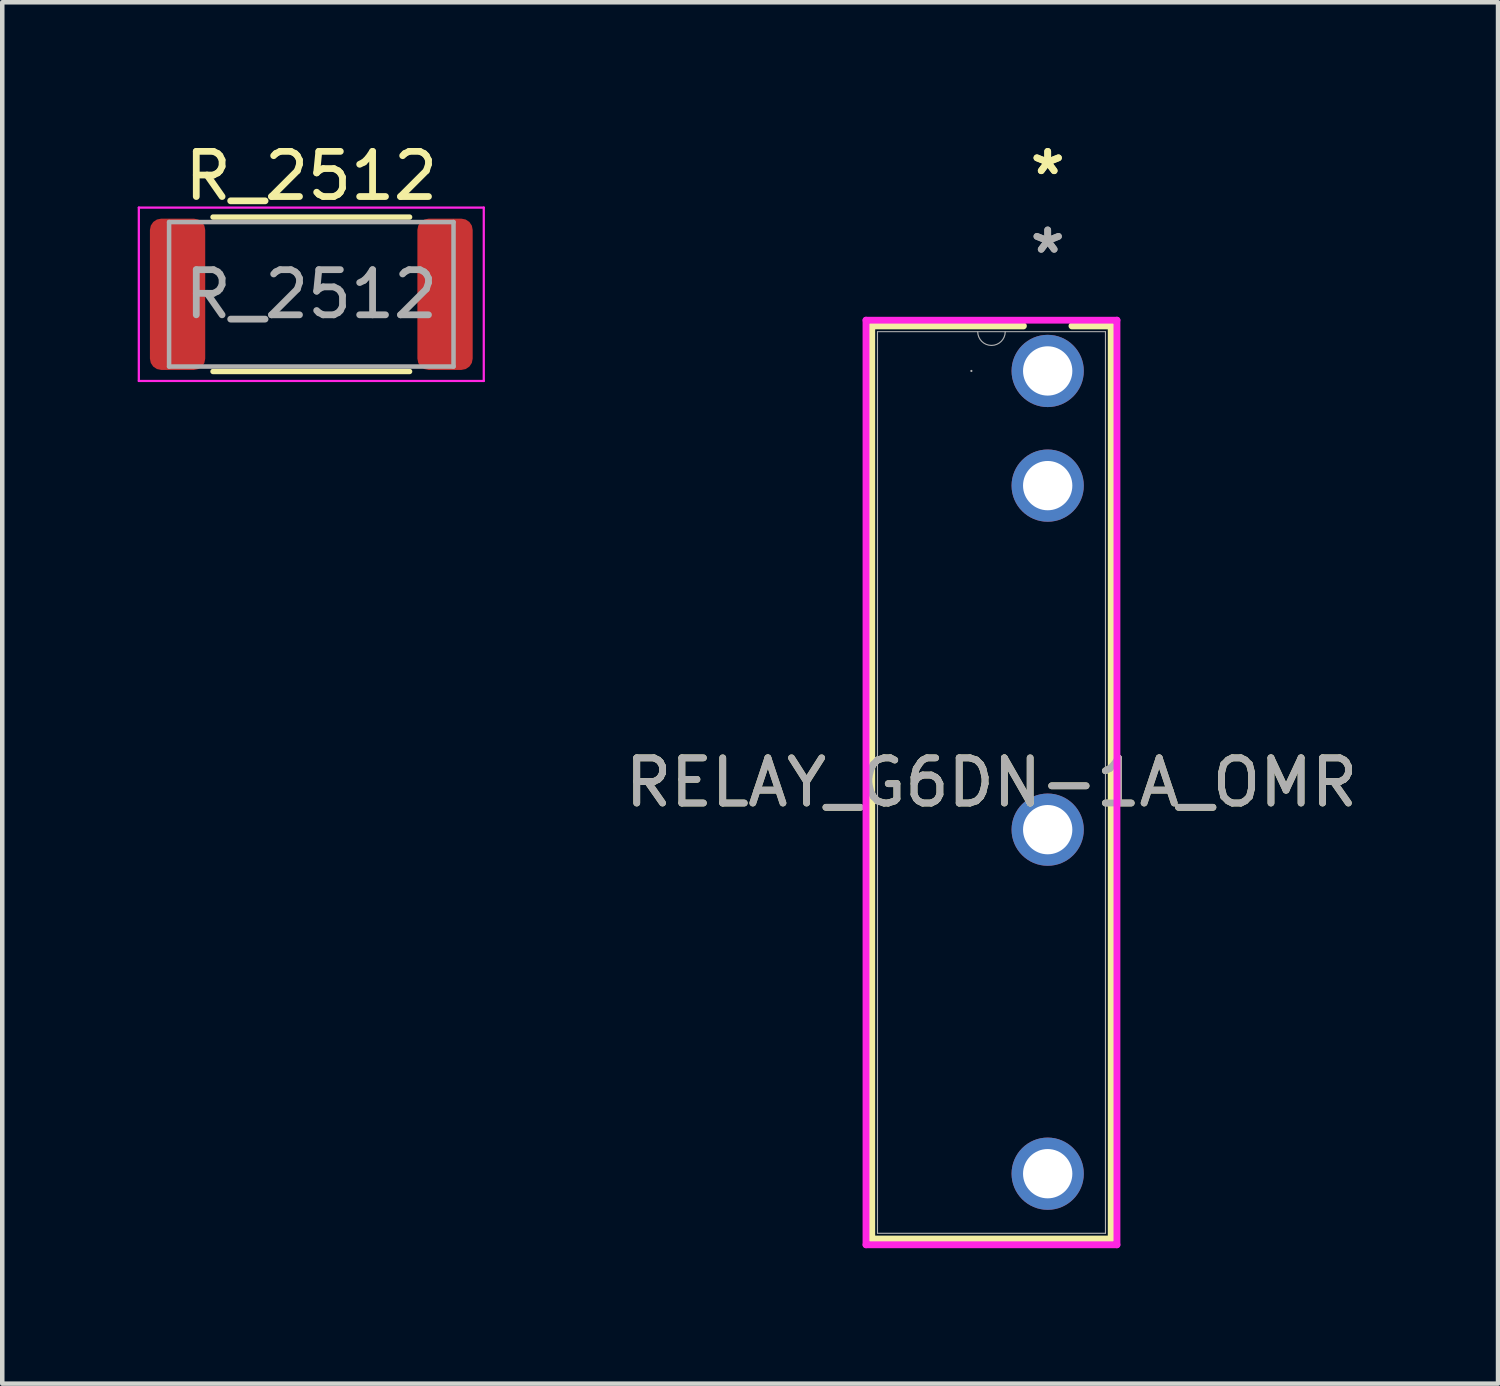
<source format=kicad_pcb>
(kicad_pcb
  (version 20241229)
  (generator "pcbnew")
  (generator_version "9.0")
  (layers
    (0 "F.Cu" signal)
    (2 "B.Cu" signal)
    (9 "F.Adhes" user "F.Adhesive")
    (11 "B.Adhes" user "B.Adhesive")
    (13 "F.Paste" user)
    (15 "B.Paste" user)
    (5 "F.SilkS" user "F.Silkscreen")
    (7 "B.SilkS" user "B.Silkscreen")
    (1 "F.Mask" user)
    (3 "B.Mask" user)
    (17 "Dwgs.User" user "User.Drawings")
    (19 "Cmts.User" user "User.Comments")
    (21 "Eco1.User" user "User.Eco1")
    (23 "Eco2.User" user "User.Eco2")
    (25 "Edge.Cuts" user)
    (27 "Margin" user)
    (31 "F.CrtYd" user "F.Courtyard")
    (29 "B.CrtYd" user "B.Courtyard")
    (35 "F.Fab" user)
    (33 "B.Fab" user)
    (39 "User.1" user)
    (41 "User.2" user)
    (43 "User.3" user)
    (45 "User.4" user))
  (footprint "R_2512"
    (layer "F.Cu")
    (at 3.845 3.468)
    (property "Reference" "R_2512" (at 0 -2.62 0) (layer "F.SilkS") (effects (font (size 1 1) (thickness 0.15))))
    (attr smd)
    (fp_line (start -2.177 -1.71) (end 2.177 -1.71) (stroke (width 0.12) (type solid)) (layer "F.SilkS"))
    (fp_line (start -2.177 1.71) (end 2.177 1.71) (stroke (width 0.12) (type solid)) (layer "F.SilkS"))
    (fp_line (start -3.82 -1.92) (end 3.82 -1.92) (stroke (width 0.05) (type solid)) (layer "F.CrtYd"))
    (fp_line (start -3.82 1.92) (end -3.82 -1.92) (stroke (width 0.05) (type solid)) (layer "F.CrtYd"))
    (fp_line (start 3.82 -1.92) (end 3.82 1.92) (stroke (width 0.05) (type solid)) (layer "F.CrtYd"))
    (fp_line (start 3.82 1.92) (end -3.82 1.92) (stroke (width 0.05) (type solid)) (layer "F.CrtYd"))
    (fp_line (start -3.15 -1.6) (end 3.15 -1.6) (stroke (width 0.1) (type solid)) (layer "F.Fab"))
    (fp_line (start -3.15 1.6) (end -3.15 -1.6) (stroke (width 0.1) (type solid)) (layer "F.Fab"))
    (fp_line (start 3.15 -1.6) (end 3.15 1.6) (stroke (width 0.1) (type solid)) (layer "F.Fab"))
    (fp_line (start 3.15 1.6) (end -3.15 1.6) (stroke (width 0.1) (type solid)) (layer "F.Fab"))
    (fp_text user "${REFERENCE}" (at 0 0 0) (layer "F.Fab") (effects (font (size 1 1) (thickness 0.15))))
    (pad "1" smd roundrect (at -2.962 0) (size 1.225 3.35) (layers "F.Cu" "F.Mask" "F.Paste") (roundrect_rratio 0.204))
    (pad "2" smd roundrect (at 2.962 0) (size 1.225 3.35) (layers "F.Cu" "F.Mask" "F.Paste") (roundrect_rratio 0.204)))
  (footprint "RELAY_G6DN-1A_OMR"
    (layer "F.Cu")
    (at 20.155 5.166)
    (property "Reference" "RELAY_G6DN-1A_OMR" (at -1.245 9.115 0) (unlocked yes) (layer "F.SilkS") (effects (font (size 1 1) (thickness 0.15))))
    (attr through_hole)
    (fp_line (start -3.897 -0.997) (end -3.897 19.227) (stroke (width 0.152) (type solid)) (layer "F.SilkS"))
    (fp_line (start -3.897 19.227) (end 1.407 19.227) (stroke (width 0.152) (type solid)) (layer "F.SilkS"))
    (fp_line (start -0.538 -0.997) (end -3.897 -0.997) (stroke (width 0.152) (type solid)) (layer "F.SilkS"))
    (fp_line (start 1.407 -0.997) (end 0.538 -0.997) (stroke (width 0.152) (type solid)) (layer "F.SilkS"))
    (fp_line (start 1.407 19.227) (end 1.407 -0.997) (stroke (width 0.152) (type solid)) (layer "F.SilkS"))
    (fp_line (start -4.024 -1.124) (end 1.534 -1.124) (stroke (width 0.152) (type solid)) (layer "F.CrtYd"))
    (fp_line (start -4.024 19.354) (end -4.024 -1.124) (stroke (width 0.152) (type solid)) (layer "F.CrtYd"))
    (fp_line (start 1.534 -1.124) (end 1.534 19.354) (stroke (width 0.152) (type solid)) (layer "F.CrtYd"))
    (fp_line (start 1.534 19.354) (end -4.024 19.354) (stroke (width 0.152) (type solid)) (layer "F.CrtYd"))
    (fp_line (start -3.77 -0.87) (end -3.77 19.1) (stroke (width 0.025) (type solid)) (layer "F.Fab"))
    (fp_line (start -3.77 19.1) (end 1.28 19.1) (stroke (width 0.025) (type solid)) (layer "F.Fab"))
    (fp_line (start 1.28 -0.87) (end -3.77 -0.87) (stroke (width 0.025) (type solid)) (layer "F.Fab"))
    (fp_line (start 1.28 19.1) (end 1.28 -0.87) (stroke (width 0.025) (type solid)) (layer "F.Fab"))
    (fp_arc (start -0.940199 -0.870001) (mid -1.244999 -0.565201) (end -1.549799 -0.870001) (stroke (width 0.0254) (type solid)) (layer "F.Fab"))
    (fp_circle (center -1.69 0) (end -1.69 0) (stroke (width 0.025) (type solid)) (fill no) (layer "F.Fab"))
    (fp_text user "*" (at 0 -4.318 0) (layer "F.SilkS") (effects (font (size 1 1) (thickness 0.15))))
    (fp_text user "*" (at 0 -4.318 0) (unlocked yes) (layer "F.SilkS") (effects (font (size 1 1) (thickness 0.15))))
    (fp_text user "*" (at 0 -2.578 0) (unlocked yes) (layer "F.Fab") (effects (font (size 1 1) (thickness 0.15))))
    (fp_text user "${REFERENCE}" (at -1.245 9.115 0) (unlocked yes) (layer "F.Fab") (effects (font (size 1 1) (thickness 0.15))))
    (fp_text user "*" (at 0 -2.578 0) (layer "F.Fab") (effects (font (size 1 1) (thickness 0.15))))
    (pad "1" thru_hole circle (at 0 0) (size 1.6 1.6) (drill 1.092) (layers "*.Cu" "*.Mask"))
    (pad "2" thru_hole circle (at 0 2.54) (size 1.6 1.6) (drill 1.092) (layers "*.Cu" "*.Mask"))
    (pad "5" thru_hole circle (at 0 10.16) (size 1.6 1.6) (drill 1.092) (layers "*.Cu" "*.Mask"))
    (pad "8" thru_hole circle (at 0 17.78) (size 1.6 1.6) (drill 1.092) (layers "*.Cu" "*.Mask")))
  (gr_rect
    (start -3 -3)
    (end 30.13 27.596)
    (stroke (width 0.1) (type default))
    (fill no)
    (layer "Edge.Cuts")))
</source>
